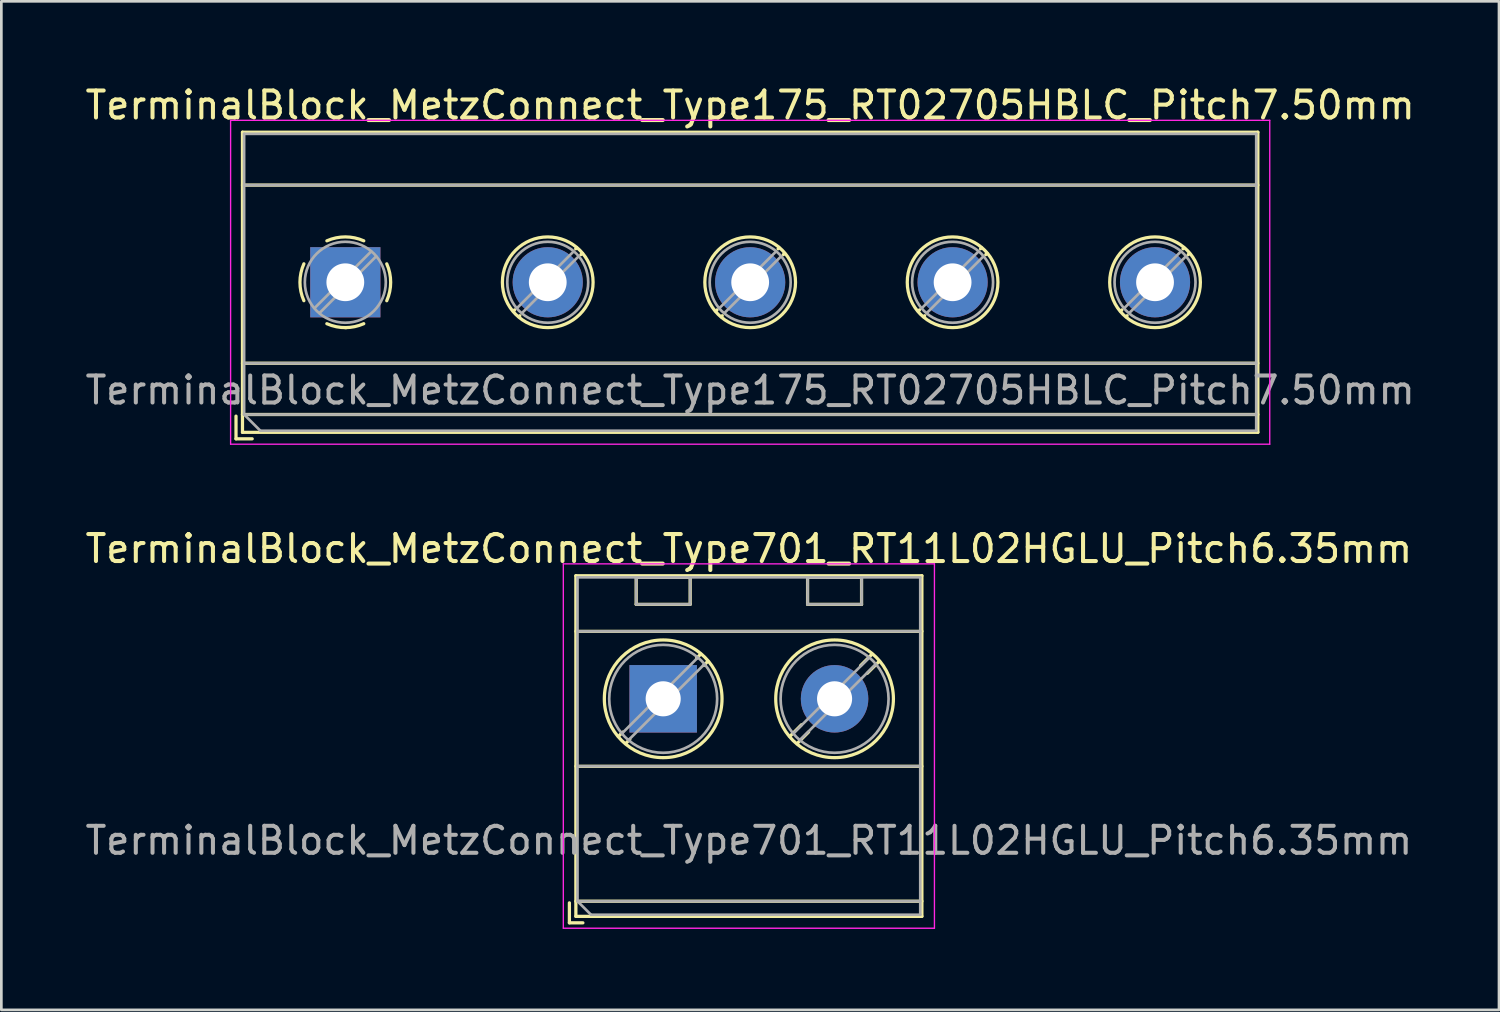
<source format=kicad_pcb>
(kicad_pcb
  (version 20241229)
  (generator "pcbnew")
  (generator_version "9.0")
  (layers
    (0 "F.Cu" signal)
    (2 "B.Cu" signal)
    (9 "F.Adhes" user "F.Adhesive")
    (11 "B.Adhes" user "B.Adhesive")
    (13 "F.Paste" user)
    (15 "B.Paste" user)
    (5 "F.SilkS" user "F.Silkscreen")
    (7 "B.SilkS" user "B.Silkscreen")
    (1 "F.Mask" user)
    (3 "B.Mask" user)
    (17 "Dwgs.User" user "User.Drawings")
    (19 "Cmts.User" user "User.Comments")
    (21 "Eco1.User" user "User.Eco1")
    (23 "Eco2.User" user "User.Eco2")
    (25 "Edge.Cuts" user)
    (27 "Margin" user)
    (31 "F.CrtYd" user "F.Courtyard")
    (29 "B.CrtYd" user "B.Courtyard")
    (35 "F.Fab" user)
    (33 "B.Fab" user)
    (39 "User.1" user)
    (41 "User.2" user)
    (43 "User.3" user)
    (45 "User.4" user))
  (footprint "TerminalBlock_MetzConnect_Type701_RT11L02HGLU_Pitch6.35mm"
    (layer "F.Cu")
    (at 21.521 22.841)
    (property "Reference" "TerminalBlock_MetzConnect_Type701_RT11L02HGLU_Pitch6.35mm" (at 3.175 -5.56 0) (layer "F.SilkS") (effects (font (size 1 1) (thickness 0.15))))
    (attr through_hole)
    (fp_line (start -3.475 7.56) (end -3.475 8.3) (stroke (width 0.12) (type solid)) (layer "F.SilkS"))
    (fp_line (start -3.475 8.3) (end -2.975 8.3) (stroke (width 0.12) (type solid)) (layer "F.SilkS"))
    (fp_line (start -3.235 -4.56) (end -3.235 8.06) (stroke (width 0.12) (type solid)) (layer "F.SilkS"))
    (fp_line (start -3.235 -2.5) (end 9.585 -2.5) (stroke (width 0.12) (type solid)) (layer "F.SilkS"))
    (fp_line (start -3.235 2.5) (end 9.585 2.5) (stroke (width 0.12) (type solid)) (layer "F.SilkS"))
    (fp_line (start -3.235 7.5) (end 9.585 7.5) (stroke (width 0.12) (type solid)) (layer "F.SilkS"))
    (fp_line (start -3.235 8.06) (end 9.585 8.06) (stroke (width 0.12) (type solid)) (layer "F.SilkS"))
    (fp_line (start -1.502 1.235) (end -1.654 1.388) (stroke (width 0.12) (type solid)) (layer "F.SilkS"))
    (fp_line (start -1.236 1.502) (end -1.388 1.654) (stroke (width 0.12) (type solid)) (layer "F.SilkS"))
    (fp_line (start -1 -4.5) (end -1 -3.5) (stroke (width 0.12) (type solid)) (layer "F.SilkS"))
    (fp_line (start -1 -4.5) (end 1 -4.5) (stroke (width 0.12) (type solid)) (layer "F.SilkS"))
    (fp_line (start -1 -3.5) (end 1 -3.5) (stroke (width 0.12) (type solid)) (layer "F.SilkS"))
    (fp_line (start 1 -4.5) (end 1 -3.5) (stroke (width 0.12) (type solid)) (layer "F.SilkS"))
    (fp_line (start 1.388 -1.654) (end 1.236 -1.502) (stroke (width 0.12) (type solid)) (layer "F.SilkS"))
    (fp_line (start 1.654 -1.388) (end 1.502 -1.236) (stroke (width 0.12) (type solid)) (layer "F.SilkS"))
    (fp_line (start 5.123 0.962) (end 4.697 1.388) (stroke (width 0.12) (type solid)) (layer "F.SilkS"))
    (fp_line (start 5.35 -4.5) (end 5.35 -3.5) (stroke (width 0.12) (type solid)) (layer "F.SilkS"))
    (fp_line (start 5.35 -4.5) (end 7.35 -4.5) (stroke (width 0.12) (type solid)) (layer "F.SilkS"))
    (fp_line (start 5.35 -3.5) (end 7.35 -3.5) (stroke (width 0.12) (type solid)) (layer "F.SilkS"))
    (fp_line (start 5.389 1.228) (end 4.963 1.654) (stroke (width 0.12) (type solid)) (layer "F.SilkS"))
    (fp_line (start 7.35 -4.5) (end 7.35 -3.5) (stroke (width 0.12) (type solid)) (layer "F.SilkS"))
    (fp_line (start 7.738 -1.654) (end 7.312 -1.228) (stroke (width 0.12) (type solid)) (layer "F.SilkS"))
    (fp_line (start 8.004 -1.388) (end 7.563 -0.947) (stroke (width 0.12) (type solid)) (layer "F.SilkS"))
    (fp_line (start 9.585 -4.56) (end -3.235 -4.56) (stroke (width 0.12) (type solid)) (layer "F.SilkS"))
    (fp_line (start 9.585 8.06) (end 9.585 -4.56) (stroke (width 0.12) (type solid)) (layer "F.SilkS"))
    (fp_circle (center 0 0) (end 2.18 0) (stroke (width 0.12) (type solid)) (fill no) (layer "F.SilkS"))
    (fp_circle (center 6.35 0) (end 8.53 0) (stroke (width 0.12) (type solid)) (fill no) (layer "F.SilkS"))
    (fp_line (start -3.7 -5) (end -3.7 8.5) (stroke (width 0.05) (type solid)) (layer "F.CrtYd"))
    (fp_line (start -3.7 8.5) (end 10.05 8.5) (stroke (width 0.05) (type solid)) (layer "F.CrtYd"))
    (fp_line (start 10.05 -5) (end -3.7 -5) (stroke (width 0.05) (type solid)) (layer "F.CrtYd"))
    (fp_line (start 10.05 8.5) (end 10.05 -5) (stroke (width 0.05) (type solid)) (layer "F.CrtYd"))
    (fp_line (start -3.175 -4.5) (end 9.525 -4.5) (stroke (width 0.1) (type solid)) (layer "F.Fab"))
    (fp_line (start -3.175 -2.5) (end 9.525 -2.5) (stroke (width 0.1) (type solid)) (layer "F.Fab"))
    (fp_line (start -3.175 2.5) (end 9.525 2.5) (stroke (width 0.1) (type solid)) (layer "F.Fab"))
    (fp_line (start -3.175 7.5) (end -3.175 -4.5) (stroke (width 0.1) (type solid)) (layer "F.Fab"))
    (fp_line (start -3.175 7.5) (end 9.525 7.5) (stroke (width 0.1) (type solid)) (layer "F.Fab"))
    (fp_line (start -2.675 8) (end -3.175 7.5) (stroke (width 0.1) (type solid)) (layer "F.Fab"))
    (fp_line (start -1 -4.5) (end -1 -3.5) (stroke (width 0.1) (type solid)) (layer "F.Fab"))
    (fp_line (start -1 -3.5) (end 1 -3.5) (stroke (width 0.1) (type solid)) (layer "F.Fab"))
    (fp_line (start 1 -4.5) (end -1 -4.5) (stroke (width 0.1) (type solid)) (layer "F.Fab"))
    (fp_line (start 1 -3.5) (end 1 -4.5) (stroke (width 0.1) (type solid)) (layer "F.Fab"))
    (fp_line (start 1.273 -1.517) (end -1.517 1.273) (stroke (width 0.1) (type solid)) (layer "F.Fab"))
    (fp_line (start 1.517 -1.273) (end -1.273 1.517) (stroke (width 0.1) (type solid)) (layer "F.Fab"))
    (fp_line (start 5.35 -4.5) (end 5.35 -3.5) (stroke (width 0.1) (type solid)) (layer "F.Fab"))
    (fp_line (start 5.35 -3.5) (end 7.35 -3.5) (stroke (width 0.1) (type solid)) (layer "F.Fab"))
    (fp_line (start 7.35 -4.5) (end 5.35 -4.5) (stroke (width 0.1) (type solid)) (layer "F.Fab"))
    (fp_line (start 7.35 -3.5) (end 7.35 -4.5) (stroke (width 0.1) (type solid)) (layer "F.Fab"))
    (fp_line (start 7.623 -1.517) (end 4.834 1.273) (stroke (width 0.1) (type solid)) (layer "F.Fab"))
    (fp_line (start 7.867 -1.273) (end 5.078 1.517) (stroke (width 0.1) (type solid)) (layer "F.Fab"))
    (fp_line (start 9.525 -4.5) (end 9.525 8) (stroke (width 0.1) (type solid)) (layer "F.Fab"))
    (fp_line (start 9.525 8) (end -2.675 8) (stroke (width 0.1) (type solid)) (layer "F.Fab"))
    (fp_circle (center 0 0) (end 2 0) (stroke (width 0.1) (type solid)) (fill no) (layer "F.Fab"))
    (fp_circle (center 6.35 0) (end 8.35 0) (stroke (width 0.1) (type solid)) (fill no) (layer "F.Fab"))
    (fp_text user "${REFERENCE}" (at 3.175 5.25 0) (layer "F.Fab") (effects (font (size 1 1) (thickness 0.15))))
    (pad "1" thru_hole rect (at 0 0) (size 2.5 2.5) (drill 1.3) (layers "*.Cu" "*.Mask"))
    (pad "2" thru_hole circle (at 6.35 0) (size 2.5 2.5) (drill 1.3) (layers "*.Cu" "*.Mask")))
  (footprint "TerminalBlock_MetzConnect_Type175_RT02705HBLC_Pitch7.50mm"
    (layer "F.Cu")
    (at 9.744 7.408)
    (property "Reference" "TerminalBlock_MetzConnect_Type175_RT02705HBLC_Pitch7.50mm" (at 15 -6.56 0) (layer "F.SilkS") (effects (font (size 1 1) (thickness 0.15))))
    (attr through_hole)
    (fp_line (start -4.05 4.96) (end -4.05 5.8) (stroke (width 0.12) (type solid)) (layer "F.SilkS"))
    (fp_line (start -4.05 5.8) (end -3.45 5.8) (stroke (width 0.12) (type solid)) (layer "F.SilkS"))
    (fp_line (start -3.81 -5.56) (end -3.81 5.56) (stroke (width 0.12) (type solid)) (layer "F.SilkS"))
    (fp_line (start -3.81 -3.6) (end 33.81 -3.6) (stroke (width 0.12) (type solid)) (layer "F.SilkS"))
    (fp_line (start -3.81 3) (end 33.81 3) (stroke (width 0.12) (type solid)) (layer "F.SilkS"))
    (fp_line (start -3.81 4.9) (end 33.81 4.9) (stroke (width 0.12) (type solid)) (layer "F.SilkS"))
    (fp_line (start -3.81 5.56) (end 33.81 5.56) (stroke (width 0.12) (type solid)) (layer "F.SilkS"))
    (fp_line (start 6.273 1.023) (end 6.226 1.069) (stroke (width 0.12) (type solid)) (layer "F.SilkS"))
    (fp_line (start 6.466 1.239) (end 6.431 1.274) (stroke (width 0.12) (type solid)) (layer "F.SilkS"))
    (fp_line (start 8.57 -1.275) (end 8.535 -1.239) (stroke (width 0.12) (type solid)) (layer "F.SilkS"))
    (fp_line (start 8.775 -1.069) (end 8.728 -1.023) (stroke (width 0.12) (type solid)) (layer "F.SilkS"))
    (fp_line (start 13.773 1.023) (end 13.726 1.069) (stroke (width 0.12) (type solid)) (layer "F.SilkS"))
    (fp_line (start 13.966 1.239) (end 13.931 1.274) (stroke (width 0.12) (type solid)) (layer "F.SilkS"))
    (fp_line (start 16.07 -1.275) (end 16.035 -1.239) (stroke (width 0.12) (type solid)) (layer "F.SilkS"))
    (fp_line (start 16.275 -1.069) (end 16.228 -1.023) (stroke (width 0.12) (type solid)) (layer "F.SilkS"))
    (fp_line (start 21.273 1.023) (end 21.226 1.069) (stroke (width 0.12) (type solid)) (layer "F.SilkS"))
    (fp_line (start 21.466 1.239) (end 21.431 1.274) (stroke (width 0.12) (type solid)) (layer "F.SilkS"))
    (fp_line (start 23.57 -1.275) (end 23.535 -1.239) (stroke (width 0.12) (type solid)) (layer "F.SilkS"))
    (fp_line (start 23.775 -1.069) (end 23.728 -1.023) (stroke (width 0.12) (type solid)) (layer "F.SilkS"))
    (fp_line (start 28.773 1.023) (end 28.726 1.069) (stroke (width 0.12) (type solid)) (layer "F.SilkS"))
    (fp_line (start 28.966 1.239) (end 28.931 1.274) (stroke (width 0.12) (type solid)) (layer "F.SilkS"))
    (fp_line (start 31.07 -1.275) (end 31.035 -1.239) (stroke (width 0.12) (type solid)) (layer "F.SilkS"))
    (fp_line (start 31.275 -1.069) (end 31.228 -1.023) (stroke (width 0.12) (type solid)) (layer "F.SilkS"))
    (fp_line (start 33.81 -5.56) (end -3.81 -5.56) (stroke (width 0.12) (type solid)) (layer "F.SilkS"))
    (fp_line (start 33.81 5.56) (end 33.81 -5.56) (stroke (width 0.12) (type solid)) (layer "F.SilkS"))
    (fp_arc (start -1.535427 0.683042) (mid -1.680501 -0.000524) (end -1.535 -0.684) (stroke (width 0.12) (type solid)) (layer "F.SilkS"))
    (fp_arc (start -0.683042 -1.535427) (mid 0.000524 -1.680501) (end 0.684 -1.535) (stroke (width 0.12) (type solid)) (layer "F.SilkS"))
    (fp_arc (start 0.028805 1.680253) (mid -0.335551 1.646659) (end -0.684 1.535) (stroke (width 0.12) (type solid)) (layer "F.SilkS"))
    (fp_arc (start 0.683318 1.534756) (mid 0.349292 1.643288) (end 0 1.68) (stroke (width 0.12) (type solid)) (layer "F.SilkS"))
    (fp_arc (start 1.535427 -0.683042) (mid 1.680501 0.000524) (end 1.535 0.684) (stroke (width 0.12) (type solid)) (layer "F.SilkS"))
    (fp_circle (center 7.5 0) (end 9.18 0) (stroke (width 0.12) (type solid)) (fill no) (layer "F.SilkS"))
    (fp_circle (center 15 0) (end 16.68 0) (stroke (width 0.12) (type solid)) (fill no) (layer "F.SilkS"))
    (fp_circle (center 22.5 0) (end 24.18 0) (stroke (width 0.12) (type solid)) (fill no) (layer "F.SilkS"))
    (fp_circle (center 30 0) (end 31.68 0) (stroke (width 0.12) (type solid)) (fill no) (layer "F.SilkS"))
    (fp_line (start -4.25 -6) (end -4.25 6) (stroke (width 0.05) (type solid)) (layer "F.CrtYd"))
    (fp_line (start -4.25 6) (end 34.25 6) (stroke (width 0.05) (type solid)) (layer "F.CrtYd"))
    (fp_line (start 34.25 -6) (end -4.25 -6) (stroke (width 0.05) (type solid)) (layer "F.CrtYd"))
    (fp_line (start 34.25 6) (end 34.25 -6) (stroke (width 0.05) (type solid)) (layer "F.CrtYd"))
    (fp_line (start -3.75 -5.5) (end 33.75 -5.5) (stroke (width 0.1) (type solid)) (layer "F.Fab"))
    (fp_line (start -3.75 -3.6) (end 33.75 -3.6) (stroke (width 0.1) (type solid)) (layer "F.Fab"))
    (fp_line (start -3.75 3) (end 33.75 3) (stroke (width 0.1) (type solid)) (layer "F.Fab"))
    (fp_line (start -3.75 4.9) (end -3.75 -5.5) (stroke (width 0.1) (type solid)) (layer "F.Fab"))
    (fp_line (start -3.75 4.9) (end 33.75 4.9) (stroke (width 0.1) (type solid)) (layer "F.Fab"))
    (fp_line (start -3.15 5.5) (end -3.75 4.9) (stroke (width 0.1) (type solid)) (layer "F.Fab"))
    (fp_line (start 0.955 -1.138) (end -1.138 0.955) (stroke (width 0.1) (type solid)) (layer "F.Fab"))
    (fp_line (start 1.138 -0.955) (end -0.955 1.138) (stroke (width 0.1) (type solid)) (layer "F.Fab"))
    (fp_line (start 8.455 -1.138) (end 6.363 0.955) (stroke (width 0.1) (type solid)) (layer "F.Fab"))
    (fp_line (start 8.638 -0.955) (end 6.546 1.138) (stroke (width 0.1) (type solid)) (layer "F.Fab"))
    (fp_line (start 15.955 -1.138) (end 13.863 0.955) (stroke (width 0.1) (type solid)) (layer "F.Fab"))
    (fp_line (start 16.138 -0.955) (end 14.046 1.138) (stroke (width 0.1) (type solid)) (layer "F.Fab"))
    (fp_line (start 23.455 -1.138) (end 21.363 0.955) (stroke (width 0.1) (type solid)) (layer "F.Fab"))
    (fp_line (start 23.638 -0.955) (end 21.546 1.138) (stroke (width 0.1) (type solid)) (layer "F.Fab"))
    (fp_line (start 30.955 -1.138) (end 28.863 0.955) (stroke (width 0.1) (type solid)) (layer "F.Fab"))
    (fp_line (start 31.138 -0.955) (end 29.046 1.138) (stroke (width 0.1) (type solid)) (layer "F.Fab"))
    (fp_line (start 33.75 -5.5) (end 33.75 5.5) (stroke (width 0.1) (type solid)) (layer "F.Fab"))
    (fp_line (start 33.75 5.5) (end -3.15 5.5) (stroke (width 0.1) (type solid)) (layer "F.Fab"))
    (fp_circle (center 0 0) (end 1.5 0) (stroke (width 0.1) (type solid)) (fill no) (layer "F.Fab"))
    (fp_circle (center 7.5 0) (end 9 0) (stroke (width 0.1) (type solid)) (fill no) (layer "F.Fab"))
    (fp_circle (center 15 0) (end 16.5 0) (stroke (width 0.1) (type solid)) (fill no) (layer "F.Fab"))
    (fp_circle (center 22.5 0) (end 24 0) (stroke (width 0.1) (type solid)) (fill no) (layer "F.Fab"))
    (fp_circle (center 30 0) (end 31.5 0) (stroke (width 0.1) (type solid)) (fill no) (layer "F.Fab"))
    (fp_text user "${REFERENCE}" (at 15 4 0) (layer "F.Fab") (effects (font (size 1 1) (thickness 0.15))))
    (pad "1" thru_hole rect (at 0 0) (size 2.6 2.6) (drill 1.4) (layers "*.Cu" "*.Mask"))
    (pad "2" thru_hole circle (at 7.5 0) (size 2.6 2.6) (drill 1.4) (layers "*.Cu" "*.Mask"))
    (pad "3" thru_hole circle (at 15 0) (size 2.6 2.6) (drill 1.4) (layers "*.Cu" "*.Mask"))
    (pad "4" thru_hole circle (at 22.5 0) (size 2.6 2.6) (drill 1.4) (layers "*.Cu" "*.Mask"))
    (pad "5" thru_hole circle (at 30 0) (size 2.6 2.6) (drill 1.4) (layers "*.Cu" "*.Mask")))
  (gr_rect
    (start -3 -3)
    (end 52.488 34.367)
    (stroke (width 0.1) (type default))
    (fill no)
    (layer "Edge.Cuts")))
</source>
